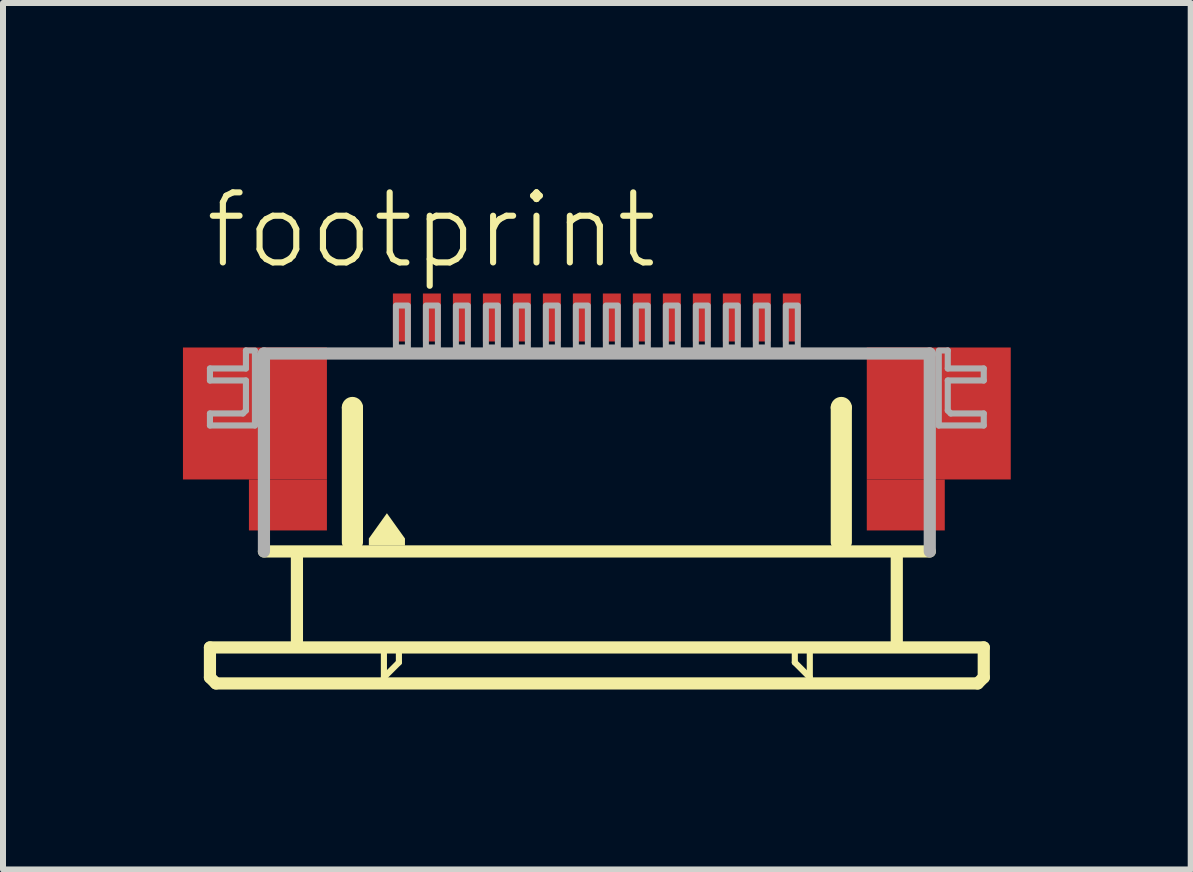
<source format=kicad_pcb>
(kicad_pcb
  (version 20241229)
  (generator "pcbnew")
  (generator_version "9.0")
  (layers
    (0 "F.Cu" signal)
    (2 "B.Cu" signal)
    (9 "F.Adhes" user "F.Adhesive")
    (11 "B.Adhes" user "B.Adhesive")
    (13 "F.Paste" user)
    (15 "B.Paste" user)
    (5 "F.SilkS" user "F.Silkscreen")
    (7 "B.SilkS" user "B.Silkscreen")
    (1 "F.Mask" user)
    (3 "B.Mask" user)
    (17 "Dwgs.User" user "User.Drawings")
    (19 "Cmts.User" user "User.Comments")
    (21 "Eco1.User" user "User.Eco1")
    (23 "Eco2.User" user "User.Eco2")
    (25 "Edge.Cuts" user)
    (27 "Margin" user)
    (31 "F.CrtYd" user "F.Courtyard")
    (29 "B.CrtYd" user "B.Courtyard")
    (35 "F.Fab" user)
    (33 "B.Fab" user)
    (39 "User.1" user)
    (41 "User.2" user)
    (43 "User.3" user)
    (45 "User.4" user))
  (footprint "footprint"
    (layer "F.Cu")
    (at 6.9 4.743)
    (property "Reference" "footprint" (at -6.58 -3.27 0) (layer "F.SilkS") (effects (font (size 1.168 1.168) (thickness 0.102)) (justify left bottom)))
    (fp_poly (pts (xy -6.9 0.2) (xy -4.5 0.2) (xy -4.5 -2) (xy -6.9 -2)) (stroke (width 0) (type solid)) (fill yes) (layer "F.Cu"))
    (fp_poly (pts (xy -5.8 1.05) (xy -4.5 1.05) (xy -4.5 0.2) (xy -5.8 0.2)) (stroke (width 0) (type solid)) (fill yes) (layer "F.Cu"))
    (fp_poly (pts (xy 4.5 0.2) (xy 6.9 0.2) (xy 6.9 -2) (xy 4.5 -2)) (stroke (width 0) (type solid)) (fill yes) (layer "F.Cu"))
    (fp_poly (pts (xy 4.5 1.05) (xy 5.8 1.05) (xy 5.8 0.2) (xy 4.5 0.2)) (stroke (width 0) (type solid)) (fill yes) (layer "F.Cu"))
    (fp_poly (pts (xy -6.9 0.2) (xy -5.75 0.2) (xy -5.75 -2) (xy -6.9 -2)) (stroke (width 0) (type solid)) (fill yes) (layer "F.Mask"))
    (fp_poly (pts (xy -5.8 1.05) (xy -4.5 1.05) (xy -4.5 -2) (xy -5.8 -2)) (stroke (width 0) (type solid)) (fill yes) (layer "F.Mask"))
    (fp_poly (pts (xy 5.8 -2) (xy 4.5 -2) (xy 4.5 1.05) (xy 5.8 1.05)) (stroke (width 0) (type solid)) (fill yes) (layer "F.Mask"))
    (fp_poly (pts (xy 6.9 -2) (xy 5.75 -2) (xy 5.75 0.2) (xy 6.9 0.2)) (stroke (width 0) (type solid)) (fill yes) (layer "F.Mask"))
    (fp_line (start -6.45 3) (end -6.45 3.5) (stroke (width 0.203) (type solid)) (layer "F.SilkS"))
    (fp_line (start -6.45 3.5) (end -6.35 3.6) (stroke (width 0.203) (type solid)) (layer "F.SilkS"))
    (fp_line (start -6.35 3.6) (end 6.35 3.6) (stroke (width 0.203) (type solid)) (layer "F.SilkS"))
    (fp_line (start -5 1.5) (end -5 2.9) (stroke (width 0.203) (type solid)) (layer "F.SilkS"))
    (fp_line (start -4.15 1.25) (end -4.15 -1) (stroke (width 0.203) (type solid)) (layer "F.SilkS"))
    (fp_line (start -4 -1) (end -4 1.25) (stroke (width 0.203) (type solid)) (layer "F.SilkS"))
    (fp_line (start -3.55 3.1) (end -3.55 3.5) (stroke (width 0.102) (type solid)) (layer "F.SilkS"))
    (fp_line (start -3.55 3.5) (end -3.3 3.25) (stroke (width 0.102) (type solid)) (layer "F.SilkS"))
    (fp_line (start -3.3 3.25) (end -3.3 3.1) (stroke (width 0.102) (type solid)) (layer "F.SilkS"))
    (fp_line (start 3.3 3.1) (end 3.3 3.25) (stroke (width 0.102) (type solid)) (layer "F.SilkS"))
    (fp_line (start 3.3 3.25) (end 3.55 3.5) (stroke (width 0.102) (type solid)) (layer "F.SilkS"))
    (fp_line (start 3.55 3.5) (end 3.55 3.1) (stroke (width 0.102) (type solid)) (layer "F.SilkS"))
    (fp_line (start 4 1.25) (end 4 -1) (stroke (width 0.203) (type solid)) (layer "F.SilkS"))
    (fp_line (start 4.15 -1) (end 4.15 1.25) (stroke (width 0.203) (type solid)) (layer "F.SilkS"))
    (fp_line (start 5 1.5) (end 5 2.9) (stroke (width 0.203) (type solid)) (layer "F.SilkS"))
    (fp_line (start 5.55 1.4) (end -5.55 1.4) (stroke (width 0.203) (type solid)) (layer "F.SilkS"))
    (fp_line (start 6.35 3.6) (end 6.45 3.5) (stroke (width 0.203) (type solid)) (layer "F.SilkS"))
    (fp_line (start 6.45 3) (end -6.45 3) (stroke (width 0.203) (type solid)) (layer "F.SilkS"))
    (fp_line (start 6.45 3.5) (end 6.45 3) (stroke (width 0.203) (type solid)) (layer "F.SilkS"))
    (fp_arc (start -4.15 -1) (mid -4.075 -1.075) (end -4 -1) (stroke (width 0.2032) (type solid)) (layer "F.SilkS"))
    (fp_arc (start 4 -1) (mid 4.075 -1.075) (end 4.15 -1) (stroke (width 0.2032) (type solid)) (layer "F.SilkS"))
    (fp_poly (pts (xy -3.199 1.184) (xy -3.199 1.301) (xy -3.801 1.301) (xy -3.801 1.184) (xy -3.5 0.763)) (stroke (width 0) (type solid)) (fill yes) (layer "F.SilkS"))
    (fp_poly (pts (xy -6.7 0.05) (xy -4.7 0.05) (xy -4.7 -1.85) (xy -6.7 -1.85)) (stroke (width 0) (type solid)) (fill yes) (layer "F.Paste"))
    (fp_poly (pts (xy 6.7 -1.85) (xy 4.7 -1.85) (xy 4.7 0.05) (xy 6.7 0.05)) (stroke (width 0) (type solid)) (fill yes) (layer "F.Paste"))
    (fp_line (start -6.45 -1.65) (end -6.45 -1.45) (stroke (width 0.102) (type solid)) (layer "F.Fab"))
    (fp_line (start -6.45 -1.45) (end -5.85 -1.45) (stroke (width 0.102) (type solid)) (layer "F.Fab"))
    (fp_line (start -6.45 -0.9) (end -6.45 -0.7) (stroke (width 0.102) (type solid)) (layer "F.Fab"))
    (fp_line (start -6.45 -0.7) (end -5.7 -0.7) (stroke (width 0.102) (type solid)) (layer "F.Fab"))
    (fp_line (start -5.9 -0.9) (end -6.45 -0.9) (stroke (width 0.102) (type solid)) (layer "F.Fab"))
    (fp_line (start -5.85 -1.95) (end -5.85 -1.65) (stroke (width 0.102) (type solid)) (layer "F.Fab"))
    (fp_line (start -5.85 -1.65) (end -6.45 -1.65) (stroke (width 0.102) (type solid)) (layer "F.Fab"))
    (fp_line (start -5.85 -1.45) (end -5.85 -0.95) (stroke (width 0.102) (type solid)) (layer "F.Fab"))
    (fp_line (start -5.85 -0.95) (end -5.9 -0.9) (stroke (width 0.102) (type solid)) (layer "F.Fab"))
    (fp_line (start -5.7 -1.95) (end -5.85 -1.95) (stroke (width 0.102) (type solid)) (layer "F.Fab"))
    (fp_line (start -5.7 -0.7) (end -5.7 -1.9) (stroke (width 0.102) (type solid)) (layer "F.Fab"))
    (fp_line (start -5.55 -1.9) (end 5.55 -1.9) (stroke (width 0.203) (type solid)) (layer "F.Fab"))
    (fp_line (start -5.55 1.4) (end -5.55 -1.9) (stroke (width 0.203) (type solid)) (layer "F.Fab"))
    (fp_line (start 5.55 -1.9) (end 5.55 1.4) (stroke (width 0.203) (type solid)) (layer "F.Fab"))
    (fp_line (start 5.7 -1.95) (end 5.85 -1.95) (stroke (width 0.102) (type solid)) (layer "F.Fab"))
    (fp_line (start 5.7 -0.7) (end 5.7 -1.9) (stroke (width 0.102) (type solid)) (layer "F.Fab"))
    (fp_line (start 5.85 -1.95) (end 5.85 -1.65) (stroke (width 0.102) (type solid)) (layer "F.Fab"))
    (fp_line (start 5.85 -1.65) (end 6.45 -1.65) (stroke (width 0.102) (type solid)) (layer "F.Fab"))
    (fp_line (start 5.85 -1.45) (end 5.85 -0.95) (stroke (width 0.102) (type solid)) (layer "F.Fab"))
    (fp_line (start 5.85 -0.95) (end 5.9 -0.9) (stroke (width 0.102) (type solid)) (layer "F.Fab"))
    (fp_line (start 5.9 -0.9) (end 6.45 -0.9) (stroke (width 0.102) (type solid)) (layer "F.Fab"))
    (fp_line (start 6.45 -1.65) (end 6.45 -1.45) (stroke (width 0.102) (type solid)) (layer "F.Fab"))
    (fp_line (start 6.45 -1.45) (end 5.85 -1.45) (stroke (width 0.102) (type solid)) (layer "F.Fab"))
    (fp_line (start 6.45 -0.9) (end 6.45 -0.7) (stroke (width 0.102) (type solid)) (layer "F.Fab"))
    (fp_line (start 6.45 -0.7) (end 5.7 -0.7) (stroke (width 0.102) (type solid)) (layer "F.Fab"))
    (fp_poly (pts (xy -3.35 -2) (xy -3.15 -2) (xy -3.15 -2.7) (xy -3.35 -2.7)) (stroke (width 0.1) (type solid)) (fill no) (layer "F.Fab"))
    (fp_poly (pts (xy -2.85 -2) (xy -2.65 -2) (xy -2.65 -2.7) (xy -2.85 -2.7)) (stroke (width 0.1) (type solid)) (fill no) (layer "F.Fab"))
    (fp_poly (pts (xy -2.35 -2) (xy -2.15 -2) (xy -2.15 -2.7) (xy -2.35 -2.7)) (stroke (width 0.1) (type solid)) (fill no) (layer "F.Fab"))
    (fp_poly (pts (xy -1.85 -2) (xy -1.65 -2) (xy -1.65 -2.7) (xy -1.85 -2.7)) (stroke (width 0.1) (type solid)) (fill no) (layer "F.Fab"))
    (fp_poly (pts (xy -1.35 -2) (xy -1.15 -2) (xy -1.15 -2.7) (xy -1.35 -2.7)) (stroke (width 0.1) (type solid)) (fill no) (layer "F.Fab"))
    (fp_poly (pts (xy -0.85 -2) (xy -0.65 -2) (xy -0.65 -2.7) (xy -0.85 -2.7)) (stroke (width 0.1) (type solid)) (fill no) (layer "F.Fab"))
    (fp_poly (pts (xy -0.35 -2) (xy -0.15 -2) (xy -0.15 -2.7) (xy -0.35 -2.7)) (stroke (width 0.1) (type solid)) (fill no) (layer "F.Fab"))
    (fp_poly (pts (xy 0.15 -2) (xy 0.35 -2) (xy 0.35 -2.7) (xy 0.15 -2.7)) (stroke (width 0.1) (type solid)) (fill no) (layer "F.Fab"))
    (fp_poly (pts (xy 0.65 -2) (xy 0.85 -2) (xy 0.85 -2.7) (xy 0.65 -2.7)) (stroke (width 0.1) (type solid)) (fill no) (layer "F.Fab"))
    (fp_poly (pts (xy 1.15 -2) (xy 1.35 -2) (xy 1.35 -2.7) (xy 1.15 -2.7)) (stroke (width 0.1) (type solid)) (fill no) (layer "F.Fab"))
    (fp_poly (pts (xy 1.65 -2) (xy 1.85 -2) (xy 1.85 -2.7) (xy 1.65 -2.7)) (stroke (width 0.1) (type solid)) (fill no) (layer "F.Fab"))
    (fp_poly (pts (xy 2.15 -2) (xy 2.35 -2) (xy 2.35 -2.7) (xy 2.15 -2.7)) (stroke (width 0.1) (type solid)) (fill no) (layer "F.Fab"))
    (fp_poly (pts (xy 2.65 -2) (xy 2.85 -2) (xy 2.85 -2.7) (xy 2.65 -2.7)) (stroke (width 0.1) (type solid)) (fill no) (layer "F.Fab"))
    (fp_poly (pts (xy 3.15 -2) (xy 3.35 -2) (xy 3.35 -2.7) (xy 3.15 -2.7)) (stroke (width 0.1) (type solid)) (fill no) (layer "F.Fab"))
    (pad "1" smd rect (at -3.25 -2.5) (size 0.3 0.8) (layers "F.Cu" "F.Mask" "F.Paste"))
    (pad "2" smd rect (at -2.75 -2.5) (size 0.3 0.8) (layers "F.Cu" "F.Mask" "F.Paste"))
    (pad "3" smd rect (at -2.25 -2.5) (size 0.3 0.8) (layers "F.Cu" "F.Mask" "F.Paste"))
    (pad "4" smd rect (at -1.75 -2.5) (size 0.3 0.8) (layers "F.Cu" "F.Mask" "F.Paste"))
    (pad "5" smd rect (at -1.25 -2.5) (size 0.3 0.8) (layers "F.Cu" "F.Mask" "F.Paste"))
    (pad "6" smd rect (at -0.75 -2.5) (size 0.3 0.8) (layers "F.Cu" "F.Mask" "F.Paste"))
    (pad "7" smd rect (at -0.25 -2.5) (size 0.3 0.8) (layers "F.Cu" "F.Mask" "F.Paste"))
    (pad "8" smd rect (at 0.25 -2.5) (size 0.3 0.8) (layers "F.Cu" "F.Mask" "F.Paste"))
    (pad "9" smd rect (at 0.75 -2.5) (size 0.3 0.8) (layers "F.Cu" "F.Mask" "F.Paste"))
    (pad "10" smd rect (at 1.25 -2.5) (size 0.3 0.8) (layers "F.Cu" "F.Mask" "F.Paste"))
    (pad "11" smd rect (at 1.75 -2.5) (size 0.3 0.8) (layers "F.Cu" "F.Mask" "F.Paste"))
    (pad "12" smd rect (at 2.25 -2.5) (size 0.3 0.8) (layers "F.Cu" "F.Mask" "F.Paste"))
    (pad "13" smd rect (at 2.75 -2.5) (size 0.3 0.8) (layers "F.Cu" "F.Mask" "F.Paste"))
    (pad "14" smd rect (at 3.25 -2.5) (size 0.3 0.8) (layers "F.Cu" "F.Mask" "F.Paste")))
  (gr_rect
    (start -3 -3)
    (end 16.8 11.445)
    (stroke (width 0.1) (type default))
    (fill no)
    (layer "Edge.Cuts")))
</source>
